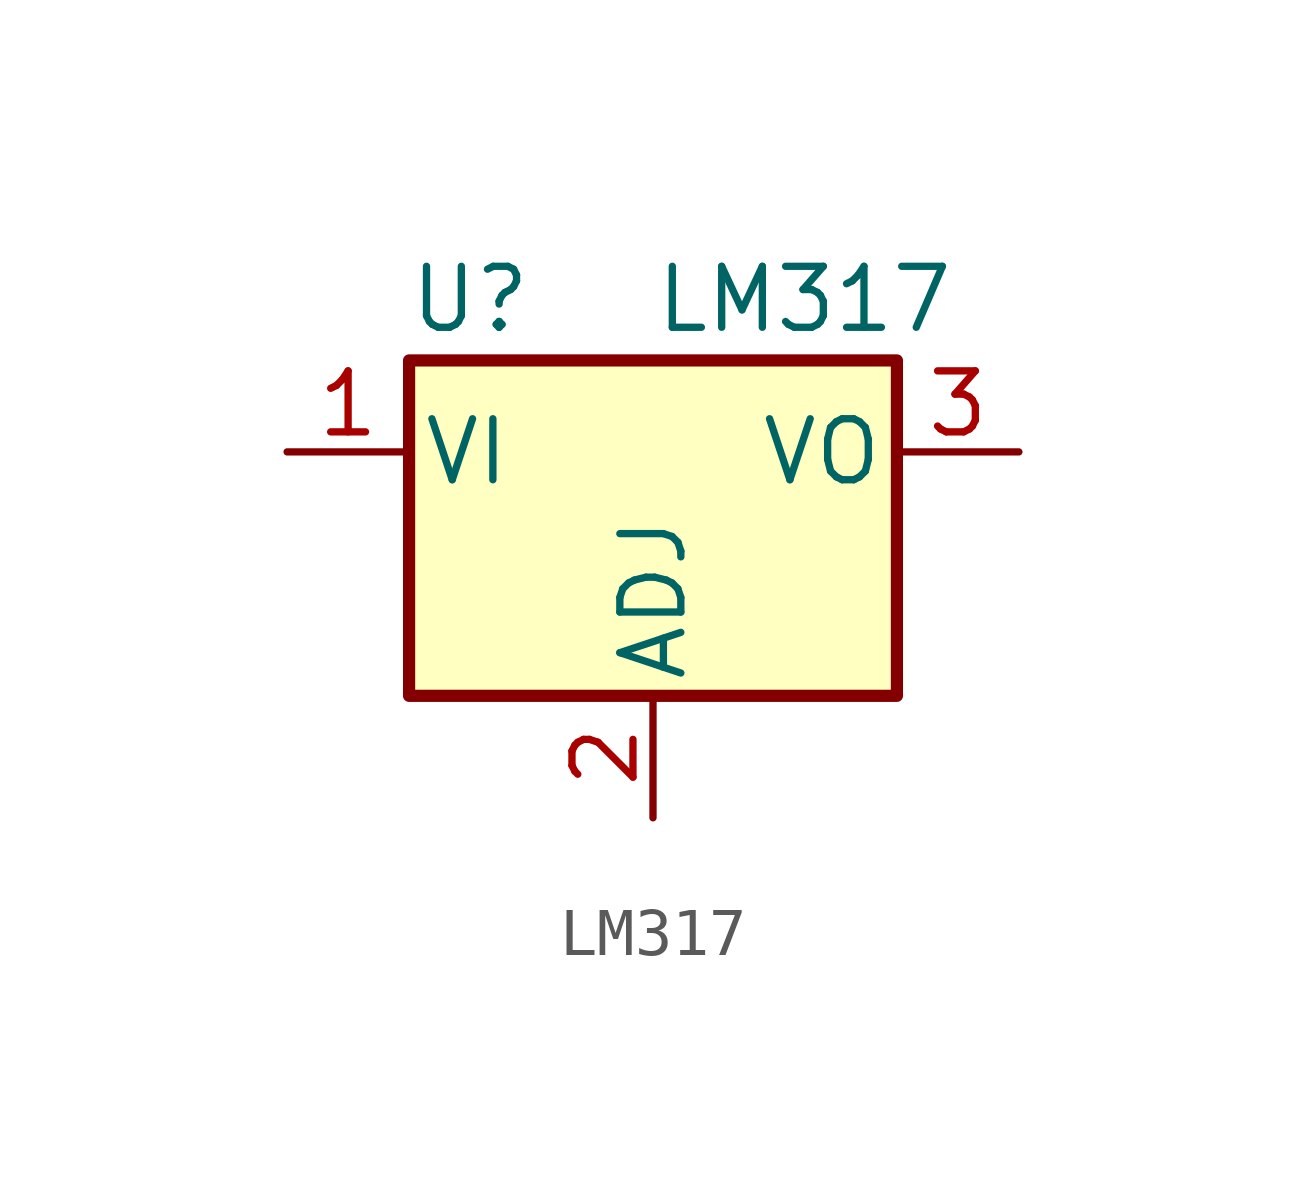
<source format=kicad_sym>
(kicad_symbol_lib
  (version 20231120)
  (generator "kicad_symbol_editor")
  (generator_version "8.0")
  (symbol "LM317"
    (pin_names
      (offset 0.254))
    (property "Reference" "U"
      (at -3.81 3.175 0)
      (effects (font (size 1.27 1.27))))
    (property "Value" "LM317"
      (at 0 3.175 0)
      (effects (font (size 1.27 1.27)) (justify left)))
    (symbol "LM317_0_1"
      (rectangle (start -5.08 1.905) (end 5.08 -5.08) (stroke (width 0.254) (type default)) (fill (type background))))
    (symbol "LM317_1_1"
      (pin passive line (at -7.62 0 0) (length 2.54) (name "VI" (effects (font (size 1.27 1.27)))) (number "1" (effects (font (size 1.27 1.27)))))
      (pin passive line (at 0 -7.62 90) (length 2.54) (name "ADJ" (effects (font (size 1.27 1.27)))) (number "2" (effects (font (size 1.27 1.27)))))
      (pin passive line (at 7.62 0 180) (length 2.54) (name "VO" (effects (font (size 1.27 1.27)))) (number "3" (effects (font (size 1.27 1.27))))))))
</source>
